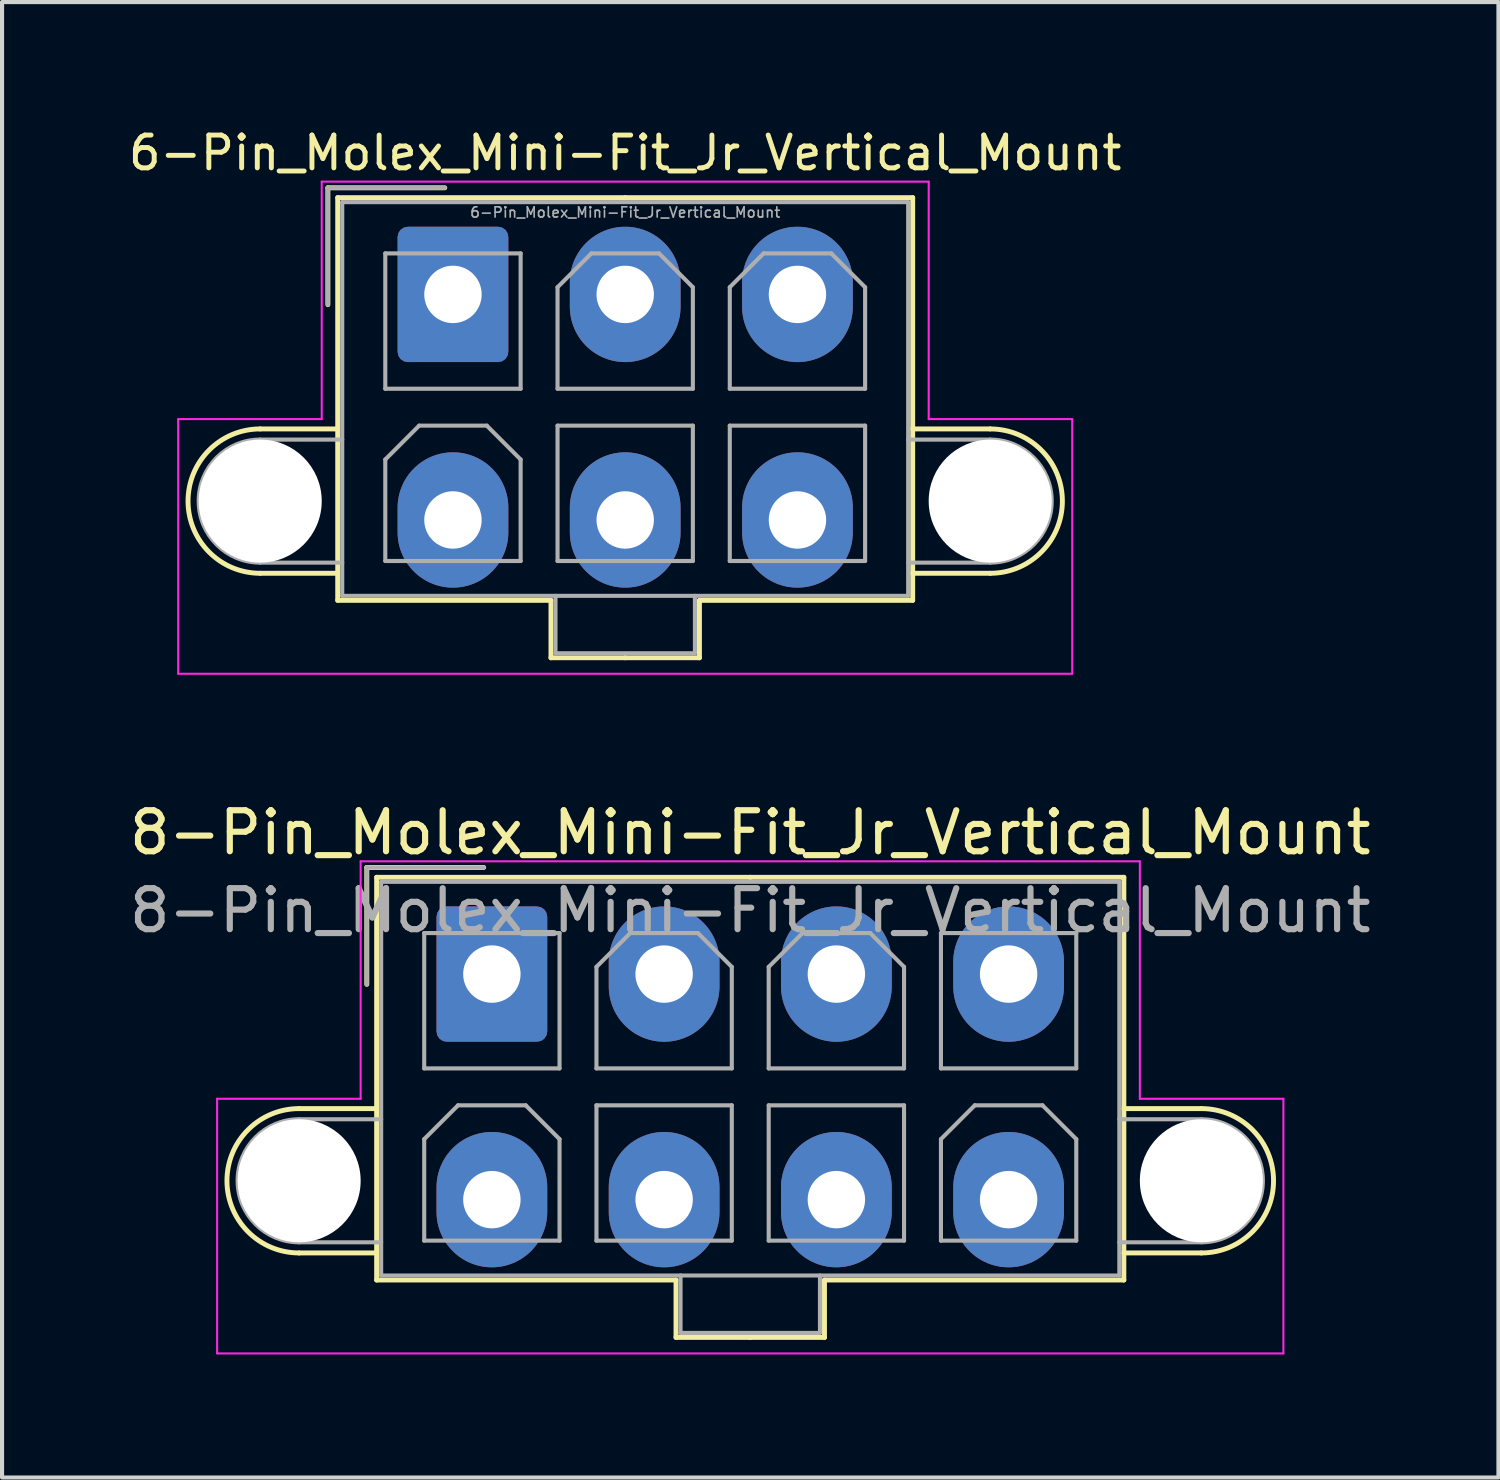
<source format=kicad_pcb>
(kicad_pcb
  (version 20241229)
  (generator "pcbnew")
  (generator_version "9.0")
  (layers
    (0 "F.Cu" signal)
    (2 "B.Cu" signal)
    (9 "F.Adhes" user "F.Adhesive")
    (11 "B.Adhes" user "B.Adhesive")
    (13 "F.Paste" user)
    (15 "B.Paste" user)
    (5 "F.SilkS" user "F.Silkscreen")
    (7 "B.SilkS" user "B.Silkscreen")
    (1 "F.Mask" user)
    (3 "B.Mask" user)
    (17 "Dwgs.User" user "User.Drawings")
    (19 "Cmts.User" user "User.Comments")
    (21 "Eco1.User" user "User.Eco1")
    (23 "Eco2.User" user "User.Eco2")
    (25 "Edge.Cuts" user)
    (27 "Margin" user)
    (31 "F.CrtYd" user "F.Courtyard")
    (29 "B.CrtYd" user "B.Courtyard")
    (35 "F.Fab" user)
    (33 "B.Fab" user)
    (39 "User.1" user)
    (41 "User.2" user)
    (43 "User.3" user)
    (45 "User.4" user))
  (footprint "8-Pin_Molex_Mini-Fit_Jr_Vertical_Mount"
    (layer "F.Cu")
    (at 8.944 20.702)
    (property "Reference" "8-Pin_Molex_Mini-Fit_Jr_Vertical_Mount" (at 6.3 -3.45 0) (layer "F.SilkS") (effects (font (size 1 1) (thickness 0.15))))
    (attr through_hole)
    (fp_line (start -4.7 3.28) (end -2.81 3.28) (stroke (width 0.12) (type solid)) (layer "F.SilkS"))
    (fp_line (start -4.7 6.8) (end -2.81 6.8) (stroke (width 0.12) (type solid)) (layer "F.SilkS"))
    (fp_line (start -3.05 -2.6) (end -3.05 0.25) (stroke (width 0.12) (type solid)) (layer "F.SilkS"))
    (fp_line (start -2.81 -2.36) (end -2.81 7.46) (stroke (width 0.12) (type solid)) (layer "F.SilkS"))
    (fp_line (start -2.81 7.46) (end 4.49 7.46) (stroke (width 0.12) (type solid)) (layer "F.SilkS"))
    (fp_line (start -0.2 -2.6) (end -3.05 -2.6) (stroke (width 0.12) (type solid)) (layer "F.SilkS"))
    (fp_line (start 4.49 7.46) (end 4.49 8.86) (stroke (width 0.12) (type solid)) (layer "F.SilkS"))
    (fp_line (start 4.49 8.86) (end 6.3 8.86) (stroke (width 0.12) (type solid)) (layer "F.SilkS"))
    (fp_line (start 6.3 -2.36) (end -2.81 -2.36) (stroke (width 0.12) (type solid)) (layer "F.SilkS"))
    (fp_line (start 6.3 -2.36) (end 15.41 -2.36) (stroke (width 0.12) (type solid)) (layer "F.SilkS"))
    (fp_line (start 8.11 7.46) (end 8.11 8.86) (stroke (width 0.12) (type solid)) (layer "F.SilkS"))
    (fp_line (start 8.11 8.86) (end 6.3 8.86) (stroke (width 0.12) (type solid)) (layer "F.SilkS"))
    (fp_line (start 15.41 -2.36) (end 15.41 7.46) (stroke (width 0.12) (type solid)) (layer "F.SilkS"))
    (fp_line (start 15.41 7.46) (end 8.11 7.46) (stroke (width 0.12) (type solid)) (layer "F.SilkS"))
    (fp_line (start 17.3 3.28) (end 15.41 3.28) (stroke (width 0.12) (type solid)) (layer "F.SilkS"))
    (fp_line (start 17.3 6.8) (end 15.41 6.8) (stroke (width 0.12) (type solid)) (layer "F.SilkS"))
    (fp_arc (start -4.7 6.8) (mid -6.46 5.04) (end -4.7 3.28) (stroke (width 0.12) (type solid)) (layer "F.SilkS"))
    (fp_arc (start 17.3 3.28) (mid 19.06 5.04) (end 17.3 6.8) (stroke (width 0.12) (type solid)) (layer "F.SilkS"))
    (fp_line (start -6.7 3.04) (end -6.7 9.25) (stroke (width 0.05) (type solid)) (layer "F.CrtYd"))
    (fp_line (start -6.7 9.25) (end 19.3 9.25) (stroke (width 0.05) (type solid)) (layer "F.CrtYd"))
    (fp_line (start -3.2 -2.75) (end -3.2 3.04) (stroke (width 0.05) (type solid)) (layer "F.CrtYd"))
    (fp_line (start -3.2 3.04) (end -6.7 3.04) (stroke (width 0.05) (type solid)) (layer "F.CrtYd"))
    (fp_line (start 15.8 -2.75) (end -3.2 -2.75) (stroke (width 0.05) (type solid)) (layer "F.CrtYd"))
    (fp_line (start 15.8 3.04) (end 15.8 -2.75) (stroke (width 0.05) (type solid)) (layer "F.CrtYd"))
    (fp_line (start 19.3 3.04) (end 15.8 3.04) (stroke (width 0.05) (type solid)) (layer "F.CrtYd"))
    (fp_line (start 19.3 9.25) (end 19.3 3.04) (stroke (width 0.05) (type solid)) (layer "F.CrtYd"))
    (fp_line (start -4.7 3.54) (end -2.7 3.54) (stroke (width 0.1) (type solid)) (layer "F.Fab"))
    (fp_line (start -4.7 6.54) (end -2.7 6.54) (stroke (width 0.1) (type solid)) (layer "F.Fab"))
    (fp_line (start -3.05 -2.6) (end -3.05 0.25) (stroke (width 0.1) (type solid)) (layer "F.Fab"))
    (fp_line (start -2.7 -2.25) (end -2.7 7.35) (stroke (width 0.1) (type solid)) (layer "F.Fab"))
    (fp_line (start -2.7 7.35) (end 15.3 7.35) (stroke (width 0.1) (type solid)) (layer "F.Fab"))
    (fp_line (start -1.65 -1) (end -1.65 2.3) (stroke (width 0.1) (type solid)) (layer "F.Fab"))
    (fp_line (start -1.65 2.3) (end 1.65 2.3) (stroke (width 0.1) (type solid)) (layer "F.Fab"))
    (fp_line (start -1.65 4.025) (end -0.825 3.2) (stroke (width 0.1) (type solid)) (layer "F.Fab"))
    (fp_line (start -1.65 6.5) (end -1.65 4.025) (stroke (width 0.1) (type solid)) (layer "F.Fab"))
    (fp_line (start -0.825 3.2) (end 0.825 3.2) (stroke (width 0.1) (type solid)) (layer "F.Fab"))
    (fp_line (start -0.2 -2.6) (end -3.05 -2.6) (stroke (width 0.1) (type solid)) (layer "F.Fab"))
    (fp_line (start 0.825 3.2) (end 1.65 4.025) (stroke (width 0.1) (type solid)) (layer "F.Fab"))
    (fp_line (start 1.65 -1) (end -1.65 -1) (stroke (width 0.1) (type solid)) (layer "F.Fab"))
    (fp_line (start 1.65 2.3) (end 1.65 -1) (stroke (width 0.1) (type solid)) (layer "F.Fab"))
    (fp_line (start 1.65 4.025) (end 1.65 6.5) (stroke (width 0.1) (type solid)) (layer "F.Fab"))
    (fp_line (start 1.65 6.5) (end -1.65 6.5) (stroke (width 0.1) (type solid)) (layer "F.Fab"))
    (fp_line (start 2.55 -0.175) (end 3.375 -1) (stroke (width 0.1) (type solid)) (layer "F.Fab"))
    (fp_line (start 2.55 2.3) (end 2.55 -0.175) (stroke (width 0.1) (type solid)) (layer "F.Fab"))
    (fp_line (start 2.55 3.2) (end 2.55 6.5) (stroke (width 0.1) (type solid)) (layer "F.Fab"))
    (fp_line (start 2.55 6.5) (end 5.85 6.5) (stroke (width 0.1) (type solid)) (layer "F.Fab"))
    (fp_line (start 3.375 -1) (end 5.025 -1) (stroke (width 0.1) (type solid)) (layer "F.Fab"))
    (fp_line (start 4.6 7.35) (end 4.6 8.75) (stroke (width 0.1) (type solid)) (layer "F.Fab"))
    (fp_line (start 4.6 8.75) (end 8 8.75) (stroke (width 0.1) (type solid)) (layer "F.Fab"))
    (fp_line (start 5.025 -1) (end 5.85 -0.175) (stroke (width 0.1) (type solid)) (layer "F.Fab"))
    (fp_line (start 5.85 -0.175) (end 5.85 2.3) (stroke (width 0.1) (type solid)) (layer "F.Fab"))
    (fp_line (start 5.85 2.3) (end 2.55 2.3) (stroke (width 0.1) (type solid)) (layer "F.Fab"))
    (fp_line (start 5.85 3.2) (end 2.55 3.2) (stroke (width 0.1) (type solid)) (layer "F.Fab"))
    (fp_line (start 5.85 6.5) (end 5.85 3.2) (stroke (width 0.1) (type solid)) (layer "F.Fab"))
    (fp_line (start 6.75 -0.175) (end 7.575 -1) (stroke (width 0.1) (type solid)) (layer "F.Fab"))
    (fp_line (start 6.75 2.3) (end 6.75 -0.175) (stroke (width 0.1) (type solid)) (layer "F.Fab"))
    (fp_line (start 6.75 3.2) (end 6.75 6.5) (stroke (width 0.1) (type solid)) (layer "F.Fab"))
    (fp_line (start 6.75 6.5) (end 10.05 6.5) (stroke (width 0.1) (type solid)) (layer "F.Fab"))
    (fp_line (start 7.575 -1) (end 9.225 -1) (stroke (width 0.1) (type solid)) (layer "F.Fab"))
    (fp_line (start 8 8.75) (end 8 7.35) (stroke (width 0.1) (type solid)) (layer "F.Fab"))
    (fp_line (start 9.225 -1) (end 10.05 -0.175) (stroke (width 0.1) (type solid)) (layer "F.Fab"))
    (fp_line (start 10.05 -0.175) (end 10.05 2.3) (stroke (width 0.1) (type solid)) (layer "F.Fab"))
    (fp_line (start 10.05 2.3) (end 6.75 2.3) (stroke (width 0.1) (type solid)) (layer "F.Fab"))
    (fp_line (start 10.05 3.2) (end 6.75 3.2) (stroke (width 0.1) (type solid)) (layer "F.Fab"))
    (fp_line (start 10.05 6.5) (end 10.05 3.2) (stroke (width 0.1) (type solid)) (layer "F.Fab"))
    (fp_line (start 10.95 -1) (end 10.95 2.3) (stroke (width 0.1) (type solid)) (layer "F.Fab"))
    (fp_line (start 10.95 2.3) (end 14.25 2.3) (stroke (width 0.1) (type solid)) (layer "F.Fab"))
    (fp_line (start 10.95 4.025) (end 11.775 3.2) (stroke (width 0.1) (type solid)) (layer "F.Fab"))
    (fp_line (start 10.95 6.5) (end 10.95 4.025) (stroke (width 0.1) (type solid)) (layer "F.Fab"))
    (fp_line (start 11.775 3.2) (end 13.425 3.2) (stroke (width 0.1) (type solid)) (layer "F.Fab"))
    (fp_line (start 13.425 3.2) (end 14.25 4.025) (stroke (width 0.1) (type solid)) (layer "F.Fab"))
    (fp_line (start 14.25 -1) (end 10.95 -1) (stroke (width 0.1) (type solid)) (layer "F.Fab"))
    (fp_line (start 14.25 2.3) (end 14.25 -1) (stroke (width 0.1) (type solid)) (layer "F.Fab"))
    (fp_line (start 14.25 4.025) (end 14.25 6.5) (stroke (width 0.1) (type solid)) (layer "F.Fab"))
    (fp_line (start 14.25 6.5) (end 10.95 6.5) (stroke (width 0.1) (type solid)) (layer "F.Fab"))
    (fp_line (start 15.3 -2.25) (end -2.7 -2.25) (stroke (width 0.1) (type solid)) (layer "F.Fab"))
    (fp_line (start 15.3 7.35) (end 15.3 -2.25) (stroke (width 0.1) (type solid)) (layer "F.Fab"))
    (fp_line (start 17.3 3.54) (end 15.3 3.54) (stroke (width 0.1) (type solid)) (layer "F.Fab"))
    (fp_line (start 17.3 6.54) (end 15.3 6.54) (stroke (width 0.1) (type solid)) (layer "F.Fab"))
    (fp_arc (start -4.7 6.54) (mid -6.2 5.04) (end -4.7 3.54) (stroke (width 0.1) (type solid)) (layer "F.Fab"))
    (fp_arc (start 17.3 3.54) (mid 18.8 5.04) (end 17.3 6.54) (stroke (width 0.1) (type solid)) (layer "F.Fab"))
    (fp_text user "${REFERENCE}" (at 6.3 -1.55 0) (layer "F.Fab") (effects (font (size 1 1) (thickness 0.15))))
    (pad "" np_thru_hole circle (at -4.7 5.04) (size 3 3) (drill 3) (layers "*.Cu" "*.Mask"))
    (pad "" np_thru_hole circle (at 17.3 5.04) (size 3 3) (drill 3) (layers "*.Cu" "*.Mask"))
    (pad "1" thru_hole roundrect (at 0 0) (size 2.7 3.3) (drill 1.4) (layers "*.Cu" "*.Mask") (roundrect_rratio 0.093))
    (pad "2" thru_hole oval (at 4.2 0) (size 2.7 3.3) (drill 1.4) (layers "*.Cu" "*.Mask"))
    (pad "3" thru_hole oval (at 8.4 0) (size 2.7 3.3) (drill 1.4) (layers "*.Cu" "*.Mask"))
    (pad "4" thru_hole oval (at 12.6 0) (size 2.7 3.3) (drill 1.4) (layers "*.Cu" "*.Mask"))
    (pad "5" thru_hole oval (at 0 5.5) (size 2.7 3.3) (drill 1.4) (layers "*.Cu" "*.Mask"))
    (pad "6" thru_hole oval (at 4.2 5.5) (size 2.7 3.3) (drill 1.4) (layers "*.Cu" "*.Mask"))
    (pad "7" thru_hole oval (at 8.4 5.5) (size 2.7 3.3) (drill 1.4) (layers "*.Cu" "*.Mask"))
    (pad "8" thru_hole oval (at 12.6 5.5) (size 2.7 3.3) (drill 1.4) (layers "*.Cu" "*.Mask")))
  (footprint "6-Pin_Molex_Mini-Fit_Jr_Vertical_Mount"
    (layer "F.Cu")
    (at 7.995 4.129)
    (property "Reference" "6-Pin_Molex_Mini-Fit_Jr_Vertical_Mount" (at 4.2 -3.45 0) (layer "F.SilkS") (effects (font (size 0.8 0.8) (thickness 0.12))))
    (attr through_hole)
    (fp_line (start -4.7 3.28) (end -2.81 3.28) (stroke (width 0.12) (type solid)) (layer "F.SilkS"))
    (fp_line (start -4.7 6.8) (end -2.81 6.8) (stroke (width 0.12) (type solid)) (layer "F.SilkS"))
    (fp_line (start -3.05 -2.6) (end -3.05 0.25) (stroke (width 0.12) (type solid)) (layer "F.SilkS"))
    (fp_line (start -2.81 -2.36) (end -2.81 7.46) (stroke (width 0.12) (type solid)) (layer "F.SilkS"))
    (fp_line (start -2.81 7.46) (end 2.39 7.46) (stroke (width 0.12) (type solid)) (layer "F.SilkS"))
    (fp_line (start -0.2 -2.6) (end -3.05 -2.6) (stroke (width 0.12) (type solid)) (layer "F.SilkS"))
    (fp_line (start 2.39 7.46) (end 2.39 8.86) (stroke (width 0.12) (type solid)) (layer "F.SilkS"))
    (fp_line (start 2.39 8.86) (end 4.2 8.86) (stroke (width 0.12) (type solid)) (layer "F.SilkS"))
    (fp_line (start 4.2 -2.36) (end -2.81 -2.36) (stroke (width 0.12) (type solid)) (layer "F.SilkS"))
    (fp_line (start 4.2 -2.36) (end 11.21 -2.36) (stroke (width 0.12) (type solid)) (layer "F.SilkS"))
    (fp_line (start 6.01 7.46) (end 6.01 8.86) (stroke (width 0.12) (type solid)) (layer "F.SilkS"))
    (fp_line (start 6.01 8.86) (end 4.2 8.86) (stroke (width 0.12) (type solid)) (layer "F.SilkS"))
    (fp_line (start 11.21 -2.36) (end 11.21 7.46) (stroke (width 0.12) (type solid)) (layer "F.SilkS"))
    (fp_line (start 11.21 7.46) (end 6.01 7.46) (stroke (width 0.12) (type solid)) (layer "F.SilkS"))
    (fp_line (start 13.1 3.28) (end 11.21 3.28) (stroke (width 0.12) (type solid)) (layer "F.SilkS"))
    (fp_line (start 13.1 6.8) (end 11.21 6.8) (stroke (width 0.12) (type solid)) (layer "F.SilkS"))
    (fp_arc (start -4.7 6.8) (mid -6.46 5.04) (end -4.7 3.28) (stroke (width 0.12) (type solid)) (layer "F.SilkS"))
    (fp_arc (start 13.1 3.28) (mid 14.86 5.04) (end 13.1 6.8) (stroke (width 0.12) (type solid)) (layer "F.SilkS"))
    (fp_line (start -6.7 3.04) (end -6.7 9.25) (stroke (width 0.05) (type solid)) (layer "F.CrtYd"))
    (fp_line (start -6.7 9.25) (end 15.1 9.25) (stroke (width 0.05) (type solid)) (layer "F.CrtYd"))
    (fp_line (start -3.2 -2.75) (end -3.2 3.04) (stroke (width 0.05) (type solid)) (layer "F.CrtYd"))
    (fp_line (start -3.2 3.04) (end -6.7 3.04) (stroke (width 0.05) (type solid)) (layer "F.CrtYd"))
    (fp_line (start 11.6 -2.75) (end -3.2 -2.75) (stroke (width 0.05) (type solid)) (layer "F.CrtYd"))
    (fp_line (start 11.6 3.04) (end 11.6 -2.75) (stroke (width 0.05) (type solid)) (layer "F.CrtYd"))
    (fp_line (start 15.1 3.04) (end 11.6 3.04) (stroke (width 0.05) (type solid)) (layer "F.CrtYd"))
    (fp_line (start 15.1 9.25) (end 15.1 3.04) (stroke (width 0.05) (type solid)) (layer "F.CrtYd"))
    (fp_line (start -4.7 3.54) (end -2.7 3.54) (stroke (width 0.1) (type solid)) (layer "F.Fab"))
    (fp_line (start -4.7 6.54) (end -2.7 6.54) (stroke (width 0.1) (type solid)) (layer "F.Fab"))
    (fp_line (start -3.05 -2.6) (end -3.05 0.25) (stroke (width 0.1) (type solid)) (layer "F.Fab"))
    (fp_line (start -2.7 -2.25) (end -2.7 7.35) (stroke (width 0.1) (type solid)) (layer "F.Fab"))
    (fp_line (start -2.7 7.35) (end 11.1 7.35) (stroke (width 0.1) (type solid)) (layer "F.Fab"))
    (fp_line (start -1.65 -1) (end -1.65 2.3) (stroke (width 0.1) (type solid)) (layer "F.Fab"))
    (fp_line (start -1.65 2.3) (end 1.65 2.3) (stroke (width 0.1) (type solid)) (layer "F.Fab"))
    (fp_line (start -1.65 4.025) (end -0.825 3.2) (stroke (width 0.1) (type solid)) (layer "F.Fab"))
    (fp_line (start -1.65 6.5) (end -1.65 4.025) (stroke (width 0.1) (type solid)) (layer "F.Fab"))
    (fp_line (start -0.825 3.2) (end 0.825 3.2) (stroke (width 0.1) (type solid)) (layer "F.Fab"))
    (fp_line (start -0.2 -2.6) (end -3.05 -2.6) (stroke (width 0.1) (type solid)) (layer "F.Fab"))
    (fp_line (start 0.825 3.2) (end 1.65 4.025) (stroke (width 0.1) (type solid)) (layer "F.Fab"))
    (fp_line (start 1.65 -1) (end -1.65 -1) (stroke (width 0.1) (type solid)) (layer "F.Fab"))
    (fp_line (start 1.65 2.3) (end 1.65 -1) (stroke (width 0.1) (type solid)) (layer "F.Fab"))
    (fp_line (start 1.65 4.025) (end 1.65 6.5) (stroke (width 0.1) (type solid)) (layer "F.Fab"))
    (fp_line (start 1.65 6.5) (end -1.65 6.5) (stroke (width 0.1) (type solid)) (layer "F.Fab"))
    (fp_line (start 2.5 7.35) (end 2.5 8.75) (stroke (width 0.1) (type solid)) (layer "F.Fab"))
    (fp_line (start 2.5 8.75) (end 5.9 8.75) (stroke (width 0.1) (type solid)) (layer "F.Fab"))
    (fp_line (start 2.55 -0.175) (end 3.375 -1) (stroke (width 0.1) (type solid)) (layer "F.Fab"))
    (fp_line (start 2.55 2.3) (end 2.55 -0.175) (stroke (width 0.1) (type solid)) (layer "F.Fab"))
    (fp_line (start 2.55 3.2) (end 2.55 6.5) (stroke (width 0.1) (type solid)) (layer "F.Fab"))
    (fp_line (start 2.55 6.5) (end 5.85 6.5) (stroke (width 0.1) (type solid)) (layer "F.Fab"))
    (fp_line (start 3.375 -1) (end 5.025 -1) (stroke (width 0.1) (type solid)) (layer "F.Fab"))
    (fp_line (start 5.025 -1) (end 5.85 -0.175) (stroke (width 0.1) (type solid)) (layer "F.Fab"))
    (fp_line (start 5.85 -0.175) (end 5.85 2.3) (stroke (width 0.1) (type solid)) (layer "F.Fab"))
    (fp_line (start 5.85 2.3) (end 2.55 2.3) (stroke (width 0.1) (type solid)) (layer "F.Fab"))
    (fp_line (start 5.85 3.2) (end 2.55 3.2) (stroke (width 0.1) (type solid)) (layer "F.Fab"))
    (fp_line (start 5.85 6.5) (end 5.85 3.2) (stroke (width 0.1) (type solid)) (layer "F.Fab"))
    (fp_line (start 5.9 8.75) (end 5.9 7.35) (stroke (width 0.1) (type solid)) (layer "F.Fab"))
    (fp_line (start 6.75 -0.175) (end 7.575 -1) (stroke (width 0.1) (type solid)) (layer "F.Fab"))
    (fp_line (start 6.75 2.3) (end 6.75 -0.175) (stroke (width 0.1) (type solid)) (layer "F.Fab"))
    (fp_line (start 6.75 3.2) (end 6.75 6.5) (stroke (width 0.1) (type solid)) (layer "F.Fab"))
    (fp_line (start 6.75 6.5) (end 10.05 6.5) (stroke (width 0.1) (type solid)) (layer "F.Fab"))
    (fp_line (start 7.575 -1) (end 9.225 -1) (stroke (width 0.1) (type solid)) (layer "F.Fab"))
    (fp_line (start 9.225 -1) (end 10.05 -0.175) (stroke (width 0.1) (type solid)) (layer "F.Fab"))
    (fp_line (start 10.05 -0.175) (end 10.05 2.3) (stroke (width 0.1) (type solid)) (layer "F.Fab"))
    (fp_line (start 10.05 2.3) (end 6.75 2.3) (stroke (width 0.1) (type solid)) (layer "F.Fab"))
    (fp_line (start 10.05 3.2) (end 6.75 3.2) (stroke (width 0.1) (type solid)) (layer "F.Fab"))
    (fp_line (start 10.05 6.5) (end 10.05 3.2) (stroke (width 0.1) (type solid)) (layer "F.Fab"))
    (fp_line (start 11.1 -2.25) (end -2.7 -2.25) (stroke (width 0.1) (type solid)) (layer "F.Fab"))
    (fp_line (start 11.1 7.35) (end 11.1 -2.25) (stroke (width 0.1) (type solid)) (layer "F.Fab"))
    (fp_line (start 13.1 3.54) (end 11.1 3.54) (stroke (width 0.1) (type solid)) (layer "F.Fab"))
    (fp_line (start 13.1 6.54) (end 11.1 6.54) (stroke (width 0.1) (type solid)) (layer "F.Fab"))
    (fp_arc (start -4.7 6.54) (mid -6.2 5.04) (end -4.7 3.54) (stroke (width 0.1) (type solid)) (layer "F.Fab"))
    (fp_arc (start 13.1 3.54) (mid 14.6 5.04) (end 13.1 6.54) (stroke (width 0.1) (type solid)) (layer "F.Fab"))
    (fp_text user "${REFERENCE}" (at 4.2 -2 0) (layer "F.Fab") (effects (font (size 0.25 0.25) (thickness 0.04))))
    (pad "" np_thru_hole circle (at -4.7 5.04) (size 3 3) (drill 3) (layers "*.Cu" "*.Mask"))
    (pad "" np_thru_hole circle (at 13.1 5.04) (size 3 3) (drill 3) (layers "*.Cu" "*.Mask"))
    (pad "1" thru_hole roundrect (at 0 0) (size 2.7 3.3) (drill 1.4) (layers "*.Cu" "*.Mask") (roundrect_rratio 0.093))
    (pad "2" thru_hole oval (at 4.2 0) (size 2.7 3.3) (drill 1.4) (layers "*.Cu" "*.Mask"))
    (pad "3" thru_hole oval (at 8.4 0) (size 2.7 3.3) (drill 1.4) (layers "*.Cu" "*.Mask"))
    (pad "4" thru_hole oval (at 0 5.5) (size 2.7 3.3) (drill 1.4) (layers "*.Cu" "*.Mask"))
    (pad "5" thru_hole oval (at 4.2 5.5) (size 2.7 3.3) (drill 1.4) (layers "*.Cu" "*.Mask"))
    (pad "6" thru_hole oval (at 8.4 5.5) (size 2.7 3.3) (drill 1.4) (layers "*.Cu" "*.Mask")))
  (gr_rect
    (start -3 -3)
    (end 33.488 32.977)
    (stroke (width 0.1) (type default))
    (fill no)
    (layer "Edge.Cuts")))
</source>
